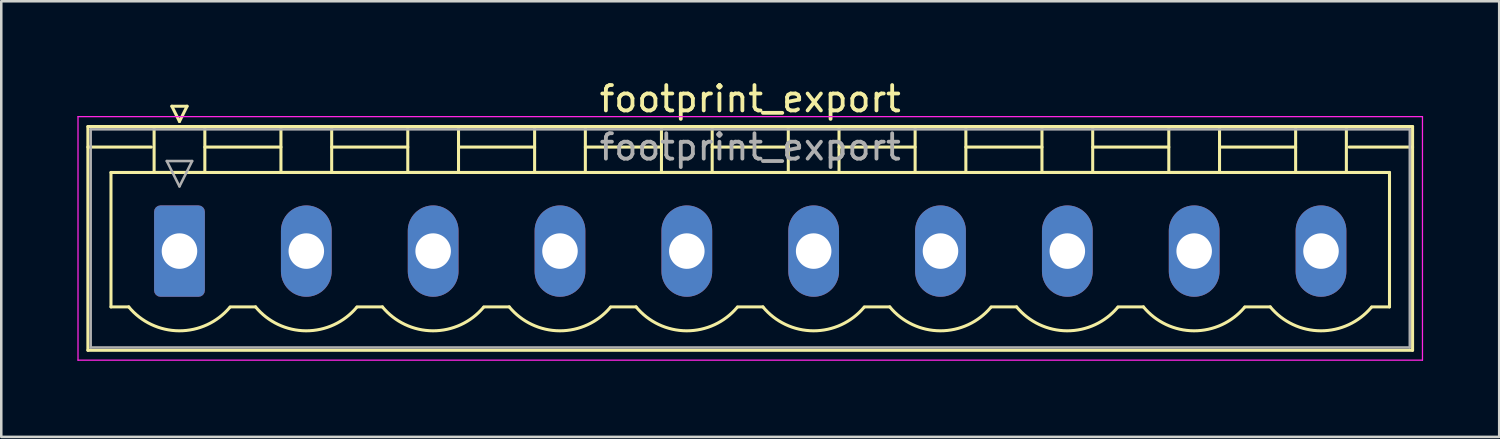
<source format=kicad_pcb>
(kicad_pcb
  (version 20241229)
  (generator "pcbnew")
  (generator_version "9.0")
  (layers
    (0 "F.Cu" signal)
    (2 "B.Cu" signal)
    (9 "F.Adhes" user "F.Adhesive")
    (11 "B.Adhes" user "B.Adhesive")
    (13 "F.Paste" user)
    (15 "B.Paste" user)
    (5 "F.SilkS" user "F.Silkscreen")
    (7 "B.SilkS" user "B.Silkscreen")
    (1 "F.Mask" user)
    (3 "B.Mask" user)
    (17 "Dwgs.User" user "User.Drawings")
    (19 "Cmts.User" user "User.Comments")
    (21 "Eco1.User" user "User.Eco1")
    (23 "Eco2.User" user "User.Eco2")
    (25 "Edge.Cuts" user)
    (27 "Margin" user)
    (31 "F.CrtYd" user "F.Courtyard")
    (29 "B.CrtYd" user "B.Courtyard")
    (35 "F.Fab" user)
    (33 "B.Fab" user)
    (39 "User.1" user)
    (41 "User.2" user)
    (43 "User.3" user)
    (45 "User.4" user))
  (footprint "footprint_export"
    (layer "F.Cu")
    (at 4.025 6.848)
    (property "Reference" "footprint_export" (at 22.5 -6 0) (layer "F.SilkS") (effects (font (size 1 1) (thickness 0.15))))
    (attr through_hole)
    (fp_line (start -3.61 -4.91) (end -3.61 3.91) (stroke (width 0.12) (type solid)) (layer "F.SilkS"))
    (fp_line (start -3.61 -4.1) (end -1.11 -4.1) (stroke (width 0.12) (type solid)) (layer "F.SilkS"))
    (fp_line (start -3.61 3.91) (end 48.61 3.91) (stroke (width 0.12) (type solid)) (layer "F.SilkS"))
    (fp_line (start -2.7 -3.1) (end 47.7 -3.1) (stroke (width 0.12) (type solid)) (layer "F.SilkS"))
    (fp_line (start -2.7 2.2) (end -2.7 -3.1) (stroke (width 0.12) (type solid)) (layer "F.SilkS"))
    (fp_line (start -2 2.2) (end -2.7 2.2) (stroke (width 0.12) (type solid)) (layer "F.SilkS"))
    (fp_line (start -1 -4.91) (end 1 -4.91) (stroke (width 0.12) (type solid)) (layer "F.SilkS"))
    (fp_line (start -1 -3.1) (end -1 -4.91) (stroke (width 0.12) (type solid)) (layer "F.SilkS"))
    (fp_line (start -0.3 -5.71) (end 0.3 -5.71) (stroke (width 0.12) (type solid)) (layer "F.SilkS"))
    (fp_line (start 0 -5.11) (end -0.3 -5.71) (stroke (width 0.12) (type solid)) (layer "F.SilkS"))
    (fp_line (start 0.3 -5.71) (end 0 -5.11) (stroke (width 0.12) (type solid)) (layer "F.SilkS"))
    (fp_line (start 1 -4.91) (end 1 -3.1) (stroke (width 0.12) (type solid)) (layer "F.SilkS"))
    (fp_line (start 1 -4.1) (end 4 -4.1) (stroke (width 0.12) (type solid)) (layer "F.SilkS"))
    (fp_line (start 1 -3.1) (end -1 -3.1) (stroke (width 0.12) (type solid)) (layer "F.SilkS"))
    (fp_line (start 2 2.2) (end 3 2.2) (stroke (width 0.12) (type solid)) (layer "F.SilkS"))
    (fp_line (start 4 -4.91) (end 6 -4.91) (stroke (width 0.12) (type solid)) (layer "F.SilkS"))
    (fp_line (start 4 -3.1) (end 4 -4.91) (stroke (width 0.12) (type solid)) (layer "F.SilkS"))
    (fp_line (start 6 -4.91) (end 6 -3.1) (stroke (width 0.12) (type solid)) (layer "F.SilkS"))
    (fp_line (start 6 -4.1) (end 9 -4.1) (stroke (width 0.12) (type solid)) (layer "F.SilkS"))
    (fp_line (start 6 -3.1) (end 4 -3.1) (stroke (width 0.12) (type solid)) (layer "F.SilkS"))
    (fp_line (start 7 2.2) (end 8 2.2) (stroke (width 0.12) (type solid)) (layer "F.SilkS"))
    (fp_line (start 9 -4.91) (end 11 -4.91) (stroke (width 0.12) (type solid)) (layer "F.SilkS"))
    (fp_line (start 9 -3.1) (end 9 -4.91) (stroke (width 0.12) (type solid)) (layer "F.SilkS"))
    (fp_line (start 11 -4.91) (end 11 -3.1) (stroke (width 0.12) (type solid)) (layer "F.SilkS"))
    (fp_line (start 11 -4.1) (end 14 -4.1) (stroke (width 0.12) (type solid)) (layer "F.SilkS"))
    (fp_line (start 11 -3.1) (end 9 -3.1) (stroke (width 0.12) (type solid)) (layer "F.SilkS"))
    (fp_line (start 12 2.2) (end 13 2.2) (stroke (width 0.12) (type solid)) (layer "F.SilkS"))
    (fp_line (start 14 -4.91) (end 16 -4.91) (stroke (width 0.12) (type solid)) (layer "F.SilkS"))
    (fp_line (start 14 -3.1) (end 14 -4.91) (stroke (width 0.12) (type solid)) (layer "F.SilkS"))
    (fp_line (start 16 -4.91) (end 16 -3.1) (stroke (width 0.12) (type solid)) (layer "F.SilkS"))
    (fp_line (start 16 -4.1) (end 19 -4.1) (stroke (width 0.12) (type solid)) (layer "F.SilkS"))
    (fp_line (start 16 -3.1) (end 14 -3.1) (stroke (width 0.12) (type solid)) (layer "F.SilkS"))
    (fp_line (start 17 2.2) (end 18 2.2) (stroke (width 0.12) (type solid)) (layer "F.SilkS"))
    (fp_line (start 19 -4.91) (end 21 -4.91) (stroke (width 0.12) (type solid)) (layer "F.SilkS"))
    (fp_line (start 19 -3.1) (end 19 -4.91) (stroke (width 0.12) (type solid)) (layer "F.SilkS"))
    (fp_line (start 21 -4.91) (end 21 -3.1) (stroke (width 0.12) (type solid)) (layer "F.SilkS"))
    (fp_line (start 21 -4.1) (end 24 -4.1) (stroke (width 0.12) (type solid)) (layer "F.SilkS"))
    (fp_line (start 21 -3.1) (end 19 -3.1) (stroke (width 0.12) (type solid)) (layer "F.SilkS"))
    (fp_line (start 22 2.2) (end 23 2.2) (stroke (width 0.12) (type solid)) (layer "F.SilkS"))
    (fp_line (start 24 -4.91) (end 26 -4.91) (stroke (width 0.12) (type solid)) (layer "F.SilkS"))
    (fp_line (start 24 -3.1) (end 24 -4.91) (stroke (width 0.12) (type solid)) (layer "F.SilkS"))
    (fp_line (start 26 -4.91) (end 26 -3.1) (stroke (width 0.12) (type solid)) (layer "F.SilkS"))
    (fp_line (start 26 -4.1) (end 29 -4.1) (stroke (width 0.12) (type solid)) (layer "F.SilkS"))
    (fp_line (start 26 -3.1) (end 24 -3.1) (stroke (width 0.12) (type solid)) (layer "F.SilkS"))
    (fp_line (start 27 2.2) (end 28 2.2) (stroke (width 0.12) (type solid)) (layer "F.SilkS"))
    (fp_line (start 29 -4.91) (end 31 -4.91) (stroke (width 0.12) (type solid)) (layer "F.SilkS"))
    (fp_line (start 29 -3.1) (end 29 -4.91) (stroke (width 0.12) (type solid)) (layer "F.SilkS"))
    (fp_line (start 31 -4.91) (end 31 -3.1) (stroke (width 0.12) (type solid)) (layer "F.SilkS"))
    (fp_line (start 31 -4.1) (end 34 -4.1) (stroke (width 0.12) (type solid)) (layer "F.SilkS"))
    (fp_line (start 31 -3.1) (end 29 -3.1) (stroke (width 0.12) (type solid)) (layer "F.SilkS"))
    (fp_line (start 32 2.2) (end 33 2.2) (stroke (width 0.12) (type solid)) (layer "F.SilkS"))
    (fp_line (start 34 -4.91) (end 36 -4.91) (stroke (width 0.12) (type solid)) (layer "F.SilkS"))
    (fp_line (start 34 -3.1) (end 34 -4.91) (stroke (width 0.12) (type solid)) (layer "F.SilkS"))
    (fp_line (start 36 -4.91) (end 36 -3.1) (stroke (width 0.12) (type solid)) (layer "F.SilkS"))
    (fp_line (start 36 -4.1) (end 39 -4.1) (stroke (width 0.12) (type solid)) (layer "F.SilkS"))
    (fp_line (start 36 -3.1) (end 34 -3.1) (stroke (width 0.12) (type solid)) (layer "F.SilkS"))
    (fp_line (start 37 2.2) (end 38 2.2) (stroke (width 0.12) (type solid)) (layer "F.SilkS"))
    (fp_line (start 39 -4.91) (end 41 -4.91) (stroke (width 0.12) (type solid)) (layer "F.SilkS"))
    (fp_line (start 39 -3.1) (end 39 -4.91) (stroke (width 0.12) (type solid)) (layer "F.SilkS"))
    (fp_line (start 41 -4.91) (end 41 -3.1) (stroke (width 0.12) (type solid)) (layer "F.SilkS"))
    (fp_line (start 41 -4.1) (end 44 -4.1) (stroke (width 0.12) (type solid)) (layer "F.SilkS"))
    (fp_line (start 41 -3.1) (end 39 -3.1) (stroke (width 0.12) (type solid)) (layer "F.SilkS"))
    (fp_line (start 42 2.2) (end 43 2.2) (stroke (width 0.12) (type solid)) (layer "F.SilkS"))
    (fp_line (start 44 -4.91) (end 46 -4.91) (stroke (width 0.12) (type solid)) (layer "F.SilkS"))
    (fp_line (start 44 -3.1) (end 44 -4.91) (stroke (width 0.12) (type solid)) (layer "F.SilkS"))
    (fp_line (start 46 -4.91) (end 46 -3.1) (stroke (width 0.12) (type solid)) (layer "F.SilkS"))
    (fp_line (start 46 -3.1) (end 44 -3.1) (stroke (width 0.12) (type solid)) (layer "F.SilkS"))
    (fp_line (start 47.7 -3.1) (end 47.7 2.2) (stroke (width 0.12) (type solid)) (layer "F.SilkS"))
    (fp_line (start 47.7 2.2) (end 47 2.2) (stroke (width 0.12) (type solid)) (layer "F.SilkS"))
    (fp_line (start 48.61 -4.91) (end -3.61 -4.91) (stroke (width 0.12) (type solid)) (layer "F.SilkS"))
    (fp_line (start 48.61 -4.1) (end 46.11 -4.1) (stroke (width 0.12) (type solid)) (layer "F.SilkS"))
    (fp_line (start 48.61 3.91) (end 48.61 -4.91) (stroke (width 0.12) (type solid)) (layer "F.SilkS"))
    (fp_arc (start 1.986842 2.215821) (mid -0.010289 3.142758) (end -2 2.2) (stroke (width 0.12) (type solid)) (layer "F.SilkS"))
    (fp_arc (start 6.986842 2.215821) (mid 4.989711 3.142758) (end 3 2.2) (stroke (width 0.12) (type solid)) (layer "F.SilkS"))
    (fp_arc (start 11.986842 2.215821) (mid 9.989711 3.142758) (end 8 2.2) (stroke (width 0.12) (type solid)) (layer "F.SilkS"))
    (fp_arc (start 16.986842 2.215821) (mid 14.989711 3.142758) (end 13 2.2) (stroke (width 0.12) (type solid)) (layer "F.SilkS"))
    (fp_arc (start 21.986842 2.215821) (mid 19.989711 3.142758) (end 18 2.2) (stroke (width 0.12) (type solid)) (layer "F.SilkS"))
    (fp_arc (start 26.986842 2.215821) (mid 24.989711 3.142758) (end 23 2.2) (stroke (width 0.12) (type solid)) (layer "F.SilkS"))
    (fp_arc (start 31.986842 2.215821) (mid 29.989711 3.142758) (end 28 2.2) (stroke (width 0.12) (type solid)) (layer "F.SilkS"))
    (fp_arc (start 36.986842 2.215821) (mid 34.989711 3.142758) (end 33 2.2) (stroke (width 0.12) (type solid)) (layer "F.SilkS"))
    (fp_arc (start 41.986842 2.215821) (mid 39.989711 3.142758) (end 38 2.2) (stroke (width 0.12) (type solid)) (layer "F.SilkS"))
    (fp_arc (start 46.986842 2.215821) (mid 44.989711 3.142758) (end 43 2.2) (stroke (width 0.12) (type solid)) (layer "F.SilkS"))
    (fp_line (start -4 -5.3) (end -4 4.3) (stroke (width 0.05) (type solid)) (layer "F.CrtYd"))
    (fp_line (start -4 4.3) (end 49 4.3) (stroke (width 0.05) (type solid)) (layer "F.CrtYd"))
    (fp_line (start 49 -5.3) (end -4 -5.3) (stroke (width 0.05) (type solid)) (layer "F.CrtYd"))
    (fp_line (start 49 4.3) (end 49 -5.3) (stroke (width 0.05) (type solid)) (layer "F.CrtYd"))
    (fp_line (start -3.5 -4.8) (end -3.5 3.8) (stroke (width 0.1) (type solid)) (layer "F.Fab"))
    (fp_line (start -3.5 3.8) (end 48.5 3.8) (stroke (width 0.1) (type solid)) (layer "F.Fab"))
    (fp_line (start -0.5 -3.55) (end 0.5 -3.55) (stroke (width 0.1) (type solid)) (layer "F.Fab"))
    (fp_line (start 0 -2.55) (end -0.5 -3.55) (stroke (width 0.1) (type solid)) (layer "F.Fab"))
    (fp_line (start 0.5 -3.55) (end 0 -2.55) (stroke (width 0.1) (type solid)) (layer "F.Fab"))
    (fp_line (start 48.5 -4.8) (end -3.5 -4.8) (stroke (width 0.1) (type solid)) (layer "F.Fab"))
    (fp_line (start 48.5 3.8) (end 48.5 -4.8) (stroke (width 0.1) (type solid)) (layer "F.Fab"))
    (fp_text user "${REFERENCE}" (at 22.5 -4.1 0) (layer "F.Fab") (effects (font (size 1 1) (thickness 0.15))))
    (pad "1" thru_hole roundrect (at 0 0) (size 2 3.6) (drill 1.4) (layers "*.Cu" "*.Mask") (roundrect_rratio 0.125))
    (pad "2" thru_hole oval (at 5 0) (size 2 3.6) (drill 1.4) (layers "*.Cu" "*.Mask"))
    (pad "3" thru_hole oval (at 10 0) (size 2 3.6) (drill 1.4) (layers "*.Cu" "*.Mask"))
    (pad "4" thru_hole oval (at 15 0) (size 2 3.6) (drill 1.4) (layers "*.Cu" "*.Mask"))
    (pad "5" thru_hole oval (at 20 0) (size 2 3.6) (drill 1.4) (layers "*.Cu" "*.Mask"))
    (pad "6" thru_hole oval (at 25 0) (size 2 3.6) (drill 1.4) (layers "*.Cu" "*.Mask"))
    (pad "7" thru_hole oval (at 30 0) (size 2 3.6) (drill 1.4) (layers "*.Cu" "*.Mask"))
    (pad "8" thru_hole oval (at 35 0) (size 2 3.6) (drill 1.4) (layers "*.Cu" "*.Mask"))
    (pad "9" thru_hole oval (at 40 0) (size 2 3.6) (drill 1.4) (layers "*.Cu" "*.Mask"))
    (pad "10" thru_hole oval (at 45 0) (size 2 3.6) (drill 1.4) (layers "*.Cu" "*.Mask")))
  (gr_rect
    (start -3 -3)
    (end 56.05 14.173)
    (stroke (width 0.1) (type default))
    (fill no)
    (layer "Edge.Cuts")))
</source>
